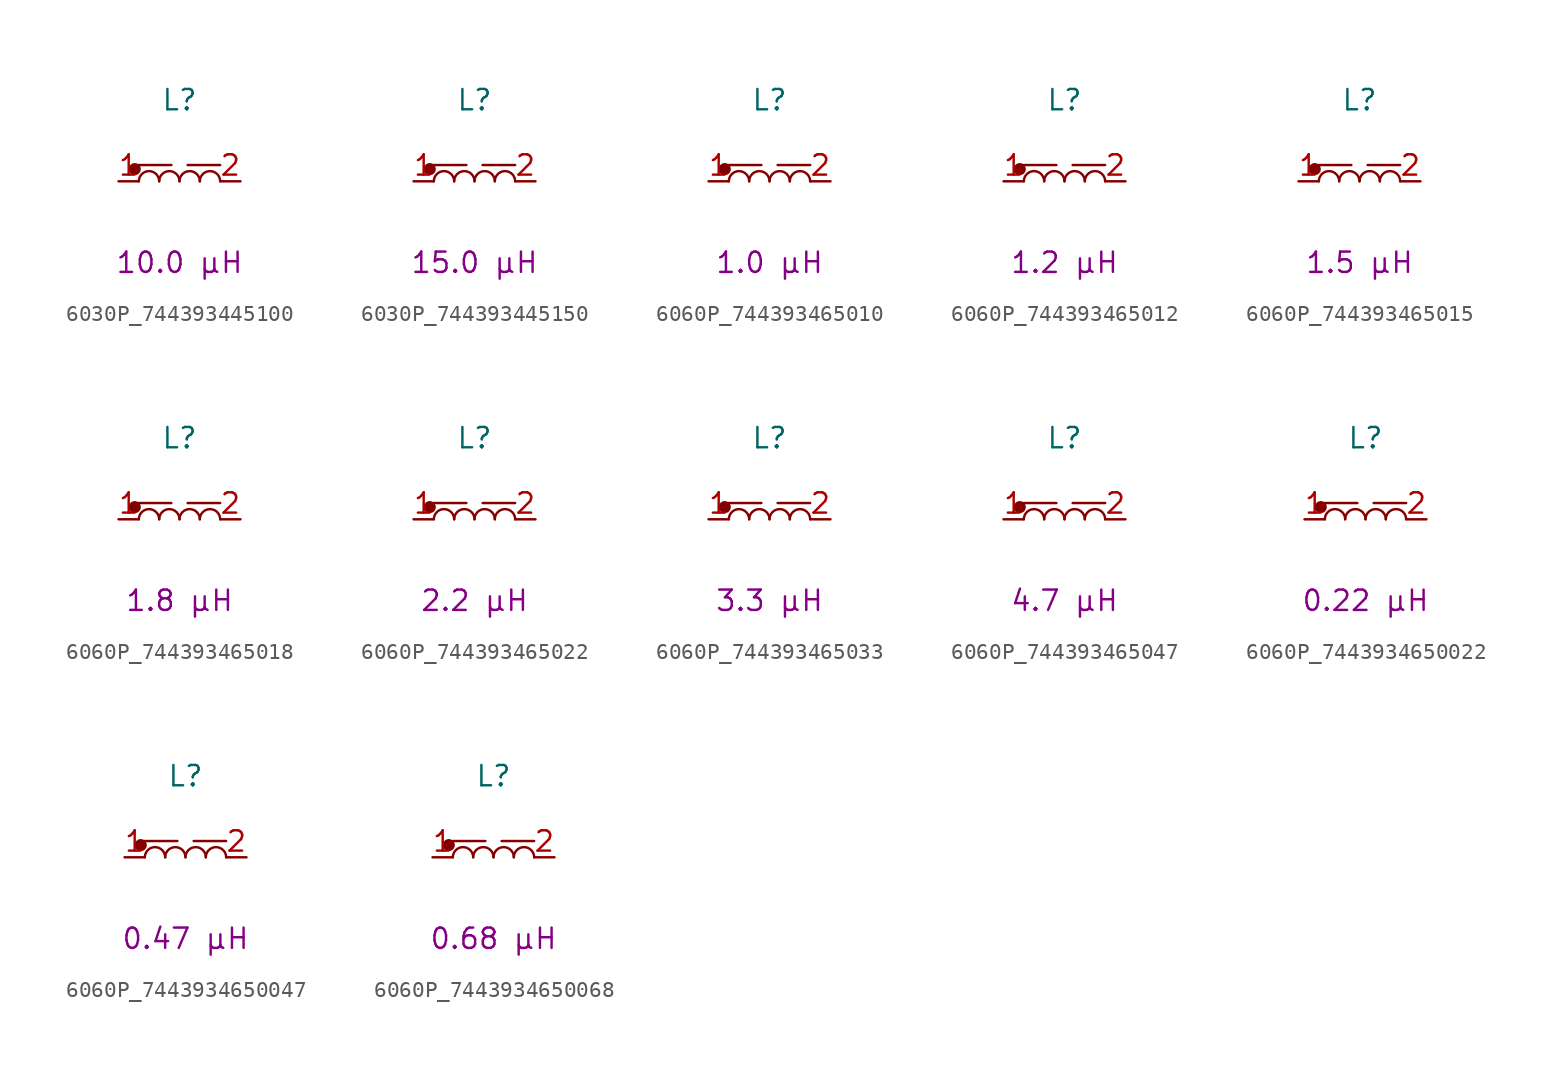
<source format=kicad_sym>
(kicad_symbol_lib
  (version 20220914)
  (generator kicad_symbol_editor)
  (symbol "6030P_744393445100"
    (pin_names hide)
    (property "Reference" "L"
      (at 0 5.08 0)
      (effects (font (size 1.27 1.27))))
    (property "Critical Parameter" "10.0 µH"
      (at 0 -5.08 0)
      (effects (font (size 1.27 1.27))))
    (symbol "6030P_744393445100_0_1"
      (arc (start -1.27 0) (mid -1.905 0.6323) (end -2.54 0) (stroke (width 0) (type default)) (fill (type none)))
      (arc (start 0 0) (mid -0.635 0.6323) (end -1.27 0) (stroke (width 0) (type default)) (fill (type none)))
      (polyline (pts (xy -2.54 1.016) (xy -0.508 1.016)) (stroke (width 0) (type default)) (fill (type none)))
      (arc (start 1.27 0) (mid 0.635 0.6323) (end 0 0) (stroke (width 0) (type default)) (fill (type none)))
      (arc (start 2.54 0) (mid 1.905 0.6323) (end 1.27 0) (stroke (width 0) (type default)) (fill (type none))))
    (symbol "6030P_744393445100_1_1"
      (circle (center -2.794 0.762) (radius 0.0001) (stroke (width 0.381) (type default)) (fill (type none)))
      (polyline (pts (xy 2.54 1.016) (xy 0.508 1.016)) (stroke (width 0) (type default)) (fill (type none)))
      (pin passive line (at -3.81 0 0) (length 1.27) (name "1" (effects (font (size 1.27 1.27)))) (number "1" (effects (font (size 1.27 1.27)))))
      (pin passive line (at 3.81 0 180) (length 1.27) (name "2" (effects (font (size 1.27 1.27)))) (number "2" (effects (font (size 1.27 1.27)))))))
  (symbol "6030P_744393445150"
    (pin_names hide)
    (property "Reference" "L"
      (at 0 5.08 0)
      (effects (font (size 1.27 1.27))))
    (property "Critical Parameter" "15.0 µH"
      (at 0 -5.08 0)
      (effects (font (size 1.27 1.27))))
    (symbol "6030P_744393445150_0_1"
      (arc (start -1.27 0) (mid -1.905 0.6323) (end -2.54 0) (stroke (width 0) (type default)) (fill (type none)))
      (arc (start 0 0) (mid -0.635 0.6323) (end -1.27 0) (stroke (width 0) (type default)) (fill (type none)))
      (polyline (pts (xy -2.54 1.016) (xy -0.508 1.016)) (stroke (width 0) (type default)) (fill (type none)))
      (arc (start 1.27 0) (mid 0.635 0.6323) (end 0 0) (stroke (width 0) (type default)) (fill (type none)))
      (arc (start 2.54 0) (mid 1.905 0.6323) (end 1.27 0) (stroke (width 0) (type default)) (fill (type none))))
    (symbol "6030P_744393445150_1_1"
      (circle (center -2.794 0.762) (radius 0.0001) (stroke (width 0.381) (type default)) (fill (type none)))
      (polyline (pts (xy 2.54 1.016) (xy 0.508 1.016)) (stroke (width 0) (type default)) (fill (type none)))
      (pin passive line (at -3.81 0 0) (length 1.27) (name "1" (effects (font (size 1.27 1.27)))) (number "1" (effects (font (size 1.27 1.27)))))
      (pin passive line (at 3.81 0 180) (length 1.27) (name "2" (effects (font (size 1.27 1.27)))) (number "2" (effects (font (size 1.27 1.27)))))))
  (symbol "6060P_744393465010"
    (pin_names hide)
    (property "Reference" "L"
      (at 0 5.08 0)
      (effects (font (size 1.27 1.27))))
    (property "Critical Parameter" "1.0 µH"
      (at 0 -5.08 0)
      (effects (font (size 1.27 1.27))))
    (symbol "6060P_744393465010_0_1"
      (arc (start -1.27 0) (mid -1.905 0.6323) (end -2.54 0) (stroke (width 0) (type default)) (fill (type none)))
      (arc (start 0 0) (mid -0.635 0.6323) (end -1.27 0) (stroke (width 0) (type default)) (fill (type none)))
      (polyline (pts (xy -2.54 1.016) (xy -0.508 1.016)) (stroke (width 0) (type default)) (fill (type none)))
      (arc (start 1.27 0) (mid 0.635 0.6323) (end 0 0) (stroke (width 0) (type default)) (fill (type none)))
      (arc (start 2.54 0) (mid 1.905 0.6323) (end 1.27 0) (stroke (width 0) (type default)) (fill (type none))))
    (symbol "6060P_744393465010_1_1"
      (circle (center -2.794 0.762) (radius 0.0001) (stroke (width 0.381) (type default)) (fill (type none)))
      (polyline (pts (xy 2.54 1.016) (xy 0.508 1.016)) (stroke (width 0) (type default)) (fill (type none)))
      (pin passive line (at -3.81 0 0) (length 1.27) (name "1" (effects (font (size 1.27 1.27)))) (number "1" (effects (font (size 1.27 1.27)))))
      (pin passive line (at 3.81 0 180) (length 1.27) (name "2" (effects (font (size 1.27 1.27)))) (number "2" (effects (font (size 1.27 1.27)))))))
  (symbol "6060P_744393465012"
    (pin_names hide)
    (property "Reference" "L"
      (at 0 5.08 0)
      (effects (font (size 1.27 1.27))))
    (property "Critical Parameter" "1.2 µH"
      (at 0 -5.08 0)
      (effects (font (size 1.27 1.27))))
    (symbol "6060P_744393465012_0_1"
      (arc (start -1.27 0) (mid -1.905 0.6323) (end -2.54 0) (stroke (width 0) (type default)) (fill (type none)))
      (arc (start 0 0) (mid -0.635 0.6323) (end -1.27 0) (stroke (width 0) (type default)) (fill (type none)))
      (polyline (pts (xy -2.54 1.016) (xy -0.508 1.016)) (stroke (width 0) (type default)) (fill (type none)))
      (arc (start 1.27 0) (mid 0.635 0.6323) (end 0 0) (stroke (width 0) (type default)) (fill (type none)))
      (arc (start 2.54 0) (mid 1.905 0.6323) (end 1.27 0) (stroke (width 0) (type default)) (fill (type none))))
    (symbol "6060P_744393465012_1_1"
      (circle (center -2.794 0.762) (radius 0.0001) (stroke (width 0.381) (type default)) (fill (type none)))
      (polyline (pts (xy 2.54 1.016) (xy 0.508 1.016)) (stroke (width 0) (type default)) (fill (type none)))
      (pin passive line (at -3.81 0 0) (length 1.27) (name "1" (effects (font (size 1.27 1.27)))) (number "1" (effects (font (size 1.27 1.27)))))
      (pin passive line (at 3.81 0 180) (length 1.27) (name "2" (effects (font (size 1.27 1.27)))) (number "2" (effects (font (size 1.27 1.27)))))))
  (symbol "6060P_744393465015"
    (pin_names hide)
    (property "Reference" "L"
      (at 0 5.08 0)
      (effects (font (size 1.27 1.27))))
    (property "Critical Parameter" "1.5 µH"
      (at 0 -5.08 0)
      (effects (font (size 1.27 1.27))))
    (symbol "6060P_744393465015_0_1"
      (arc (start -1.27 0) (mid -1.905 0.6323) (end -2.54 0) (stroke (width 0) (type default)) (fill (type none)))
      (arc (start 0 0) (mid -0.635 0.6323) (end -1.27 0) (stroke (width 0) (type default)) (fill (type none)))
      (polyline (pts (xy -2.54 1.016) (xy -0.508 1.016)) (stroke (width 0) (type default)) (fill (type none)))
      (arc (start 1.27 0) (mid 0.635 0.6323) (end 0 0) (stroke (width 0) (type default)) (fill (type none)))
      (arc (start 2.54 0) (mid 1.905 0.6323) (end 1.27 0) (stroke (width 0) (type default)) (fill (type none))))
    (symbol "6060P_744393465015_1_1"
      (circle (center -2.794 0.762) (radius 0.0001) (stroke (width 0.381) (type default)) (fill (type none)))
      (polyline (pts (xy 2.54 1.016) (xy 0.508 1.016)) (stroke (width 0) (type default)) (fill (type none)))
      (pin passive line (at -3.81 0 0) (length 1.27) (name "1" (effects (font (size 1.27 1.27)))) (number "1" (effects (font (size 1.27 1.27)))))
      (pin passive line (at 3.81 0 180) (length 1.27) (name "2" (effects (font (size 1.27 1.27)))) (number "2" (effects (font (size 1.27 1.27)))))))
  (symbol "6060P_744393465018"
    (pin_names hide)
    (property "Reference" "L"
      (at 0 5.08 0)
      (effects (font (size 1.27 1.27))))
    (property "Critical Parameter" "1.8 µH"
      (at 0 -5.08 0)
      (effects (font (size 1.27 1.27))))
    (symbol "6060P_744393465018_0_1"
      (arc (start -1.27 0) (mid -1.905 0.6323) (end -2.54 0) (stroke (width 0) (type default)) (fill (type none)))
      (arc (start 0 0) (mid -0.635 0.6323) (end -1.27 0) (stroke (width 0) (type default)) (fill (type none)))
      (polyline (pts (xy -2.54 1.016) (xy -0.508 1.016)) (stroke (width 0) (type default)) (fill (type none)))
      (arc (start 1.27 0) (mid 0.635 0.6323) (end 0 0) (stroke (width 0) (type default)) (fill (type none)))
      (arc (start 2.54 0) (mid 1.905 0.6323) (end 1.27 0) (stroke (width 0) (type default)) (fill (type none))))
    (symbol "6060P_744393465018_1_1"
      (circle (center -2.794 0.762) (radius 0.0001) (stroke (width 0.381) (type default)) (fill (type none)))
      (polyline (pts (xy 2.54 1.016) (xy 0.508 1.016)) (stroke (width 0) (type default)) (fill (type none)))
      (pin passive line (at -3.81 0 0) (length 1.27) (name "1" (effects (font (size 1.27 1.27)))) (number "1" (effects (font (size 1.27 1.27)))))
      (pin passive line (at 3.81 0 180) (length 1.27) (name "2" (effects (font (size 1.27 1.27)))) (number "2" (effects (font (size 1.27 1.27)))))))
  (symbol "6060P_744393465022"
    (pin_names hide)
    (property "Reference" "L"
      (at 0 5.08 0)
      (effects (font (size 1.27 1.27))))
    (property "Critical Parameter" "2.2 µH"
      (at 0 -5.08 0)
      (effects (font (size 1.27 1.27))))
    (symbol "6060P_744393465022_0_1"
      (arc (start -1.27 0) (mid -1.905 0.6323) (end -2.54 0) (stroke (width 0) (type default)) (fill (type none)))
      (arc (start 0 0) (mid -0.635 0.6323) (end -1.27 0) (stroke (width 0) (type default)) (fill (type none)))
      (polyline (pts (xy -2.54 1.016) (xy -0.508 1.016)) (stroke (width 0) (type default)) (fill (type none)))
      (arc (start 1.27 0) (mid 0.635 0.6323) (end 0 0) (stroke (width 0) (type default)) (fill (type none)))
      (arc (start 2.54 0) (mid 1.905 0.6323) (end 1.27 0) (stroke (width 0) (type default)) (fill (type none))))
    (symbol "6060P_744393465022_1_1"
      (circle (center -2.794 0.762) (radius 0.0001) (stroke (width 0.381) (type default)) (fill (type none)))
      (polyline (pts (xy 2.54 1.016) (xy 0.508 1.016)) (stroke (width 0) (type default)) (fill (type none)))
      (pin passive line (at -3.81 0 0) (length 1.27) (name "1" (effects (font (size 1.27 1.27)))) (number "1" (effects (font (size 1.27 1.27)))))
      (pin passive line (at 3.81 0 180) (length 1.27) (name "2" (effects (font (size 1.27 1.27)))) (number "2" (effects (font (size 1.27 1.27)))))))
  (symbol "6060P_744393465033"
    (pin_names hide)
    (property "Reference" "L"
      (at 0 5.08 0)
      (effects (font (size 1.27 1.27))))
    (property "Critical Parameter" "3.3 µH"
      (at 0 -5.08 0)
      (effects (font (size 1.27 1.27))))
    (symbol "6060P_744393465033_0_1"
      (arc (start -1.27 0) (mid -1.905 0.6323) (end -2.54 0) (stroke (width 0) (type default)) (fill (type none)))
      (arc (start 0 0) (mid -0.635 0.6323) (end -1.27 0) (stroke (width 0) (type default)) (fill (type none)))
      (polyline (pts (xy -2.54 1.016) (xy -0.508 1.016)) (stroke (width 0) (type default)) (fill (type none)))
      (arc (start 1.27 0) (mid 0.635 0.6323) (end 0 0) (stroke (width 0) (type default)) (fill (type none)))
      (arc (start 2.54 0) (mid 1.905 0.6323) (end 1.27 0) (stroke (width 0) (type default)) (fill (type none))))
    (symbol "6060P_744393465033_1_1"
      (circle (center -2.794 0.762) (radius 0.0001) (stroke (width 0.381) (type default)) (fill (type none)))
      (polyline (pts (xy 2.54 1.016) (xy 0.508 1.016)) (stroke (width 0) (type default)) (fill (type none)))
      (pin passive line (at -3.81 0 0) (length 1.27) (name "1" (effects (font (size 1.27 1.27)))) (number "1" (effects (font (size 1.27 1.27)))))
      (pin passive line (at 3.81 0 180) (length 1.27) (name "2" (effects (font (size 1.27 1.27)))) (number "2" (effects (font (size 1.27 1.27)))))))
  (symbol "6060P_744393465047"
    (pin_names hide)
    (property "Reference" "L"
      (at 0 5.08 0)
      (effects (font (size 1.27 1.27))))
    (property "Critical Parameter" "4.7 µH"
      (at 0 -5.08 0)
      (effects (font (size 1.27 1.27))))
    (symbol "6060P_744393465047_0_1"
      (arc (start -1.27 0) (mid -1.905 0.6323) (end -2.54 0) (stroke (width 0) (type default)) (fill (type none)))
      (arc (start 0 0) (mid -0.635 0.6323) (end -1.27 0) (stroke (width 0) (type default)) (fill (type none)))
      (polyline (pts (xy -2.54 1.016) (xy -0.508 1.016)) (stroke (width 0) (type default)) (fill (type none)))
      (arc (start 1.27 0) (mid 0.635 0.6323) (end 0 0) (stroke (width 0) (type default)) (fill (type none)))
      (arc (start 2.54 0) (mid 1.905 0.6323) (end 1.27 0) (stroke (width 0) (type default)) (fill (type none))))
    (symbol "6060P_744393465047_1_1"
      (circle (center -2.794 0.762) (radius 0.0001) (stroke (width 0.381) (type default)) (fill (type none)))
      (polyline (pts (xy 2.54 1.016) (xy 0.508 1.016)) (stroke (width 0) (type default)) (fill (type none)))
      (pin passive line (at -3.81 0 0) (length 1.27) (name "1" (effects (font (size 1.27 1.27)))) (number "1" (effects (font (size 1.27 1.27)))))
      (pin passive line (at 3.81 0 180) (length 1.27) (name "2" (effects (font (size 1.27 1.27)))) (number "2" (effects (font (size 1.27 1.27)))))))
  (symbol "6060P_7443934650022"
    (pin_names hide)
    (property "Reference" "L"
      (at 0 5.08 0)
      (effects (font (size 1.27 1.27))))
    (property "Critical Parameter" "0.22 µH"
      (at 0 -5.08 0)
      (effects (font (size 1.27 1.27))))
    (symbol "6060P_7443934650022_0_1"
      (arc (start -1.27 0) (mid -1.905 0.6323) (end -2.54 0) (stroke (width 0) (type default)) (fill (type none)))
      (arc (start 0 0) (mid -0.635 0.6323) (end -1.27 0) (stroke (width 0) (type default)) (fill (type none)))
      (polyline (pts (xy -2.54 1.016) (xy -0.508 1.016)) (stroke (width 0) (type default)) (fill (type none)))
      (arc (start 1.27 0) (mid 0.635 0.6323) (end 0 0) (stroke (width 0) (type default)) (fill (type none)))
      (arc (start 2.54 0) (mid 1.905 0.6323) (end 1.27 0) (stroke (width 0) (type default)) (fill (type none))))
    (symbol "6060P_7443934650022_1_1"
      (circle (center -2.794 0.762) (radius 0.0001) (stroke (width 0.381) (type default)) (fill (type none)))
      (polyline (pts (xy 2.54 1.016) (xy 0.508 1.016)) (stroke (width 0) (type default)) (fill (type none)))
      (pin passive line (at -3.81 0 0) (length 1.27) (name "1" (effects (font (size 1.27 1.27)))) (number "1" (effects (font (size 1.27 1.27)))))
      (pin passive line (at 3.81 0 180) (length 1.27) (name "2" (effects (font (size 1.27 1.27)))) (number "2" (effects (font (size 1.27 1.27)))))))
  (symbol "6060P_7443934650047"
    (pin_names hide)
    (property "Reference" "L"
      (at 0 5.08 0)
      (effects (font (size 1.27 1.27))))
    (property "Critical Parameter" "0.47 µH"
      (at 0 -5.08 0)
      (effects (font (size 1.27 1.27))))
    (symbol "6060P_7443934650047_0_1"
      (arc (start -1.27 0) (mid -1.905 0.6323) (end -2.54 0) (stroke (width 0) (type default)) (fill (type none)))
      (arc (start 0 0) (mid -0.635 0.6323) (end -1.27 0) (stroke (width 0) (type default)) (fill (type none)))
      (polyline (pts (xy -2.54 1.016) (xy -0.508 1.016)) (stroke (width 0) (type default)) (fill (type none)))
      (arc (start 1.27 0) (mid 0.635 0.6323) (end 0 0) (stroke (width 0) (type default)) (fill (type none)))
      (arc (start 2.54 0) (mid 1.905 0.6323) (end 1.27 0) (stroke (width 0) (type default)) (fill (type none))))
    (symbol "6060P_7443934650047_1_1"
      (circle (center -2.794 0.762) (radius 0.0001) (stroke (width 0.381) (type default)) (fill (type none)))
      (polyline (pts (xy 2.54 1.016) (xy 0.508 1.016)) (stroke (width 0) (type default)) (fill (type none)))
      (pin passive line (at -3.81 0 0) (length 1.27) (name "1" (effects (font (size 1.27 1.27)))) (number "1" (effects (font (size 1.27 1.27)))))
      (pin passive line (at 3.81 0 180) (length 1.27) (name "2" (effects (font (size 1.27 1.27)))) (number "2" (effects (font (size 1.27 1.27)))))))
  (symbol "6060P_7443934650068"
    (pin_names hide)
    (property "Reference" "L"
      (at 0 5.08 0)
      (effects (font (size 1.27 1.27))))
    (property "Critical Parameter" "0.68 µH"
      (at 0 -5.08 0)
      (effects (font (size 1.27 1.27))))
    (symbol "6060P_7443934650068_0_1"
      (arc (start -1.27 0) (mid -1.905 0.6323) (end -2.54 0) (stroke (width 0) (type default)) (fill (type none)))
      (arc (start 0 0) (mid -0.635 0.6323) (end -1.27 0) (stroke (width 0) (type default)) (fill (type none)))
      (polyline (pts (xy -2.54 1.016) (xy -0.508 1.016)) (stroke (width 0) (type default)) (fill (type none)))
      (arc (start 1.27 0) (mid 0.635 0.6323) (end 0 0) (stroke (width 0) (type default)) (fill (type none)))
      (arc (start 2.54 0) (mid 1.905 0.6323) (end 1.27 0) (stroke (width 0) (type default)) (fill (type none))))
    (symbol "6060P_7443934650068_1_1"
      (circle (center -2.794 0.762) (radius 0.0001) (stroke (width 0.381) (type default)) (fill (type none)))
      (polyline (pts (xy 2.54 1.016) (xy 0.508 1.016)) (stroke (width 0) (type default)) (fill (type none)))
      (pin passive line (at -3.81 0 0) (length 1.27) (name "1" (effects (font (size 1.27 1.27)))) (number "1" (effects (font (size 1.27 1.27)))))
      (pin passive line (at 3.81 0 180) (length 1.27) (name "2" (effects (font (size 1.27 1.27)))) (number "2" (effects (font (size 1.27 1.27))))))))
</source>
